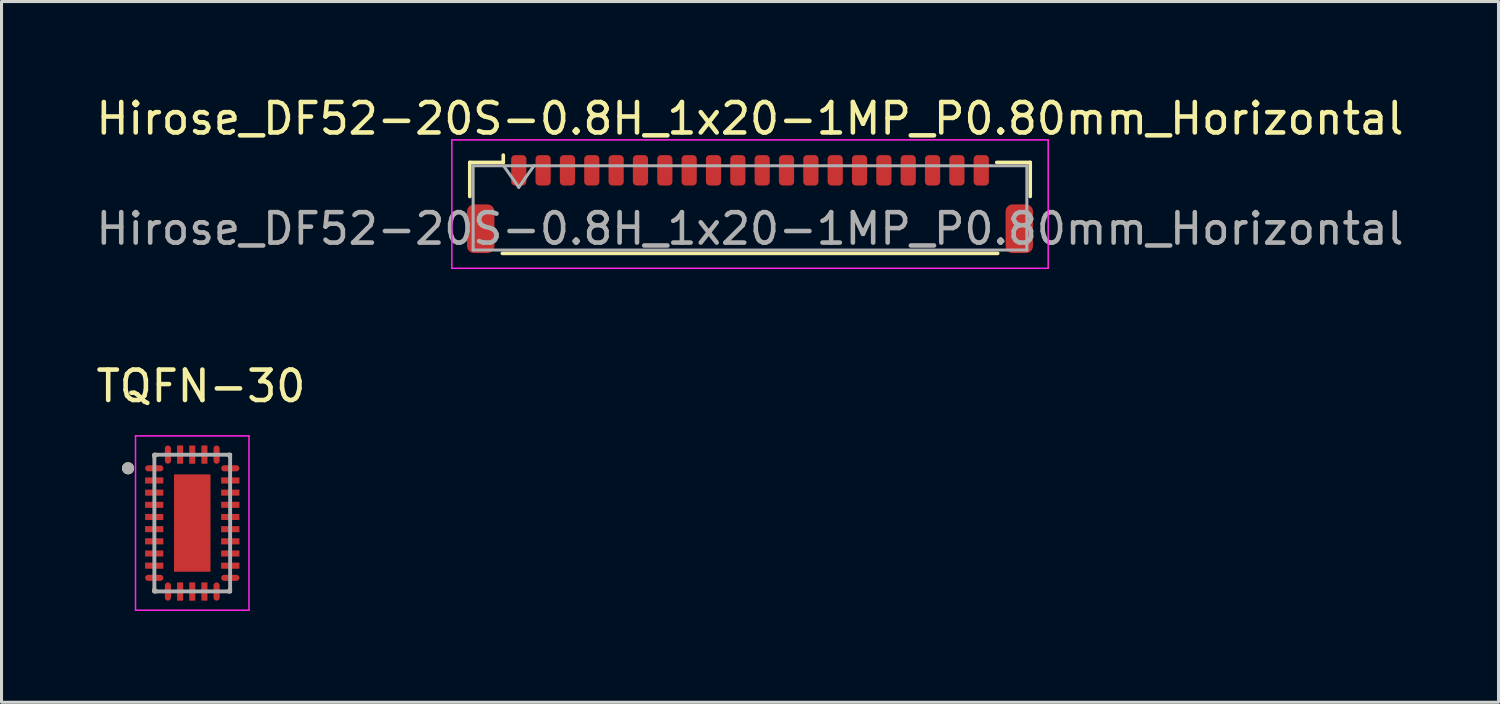
<source format=kicad_pcb>
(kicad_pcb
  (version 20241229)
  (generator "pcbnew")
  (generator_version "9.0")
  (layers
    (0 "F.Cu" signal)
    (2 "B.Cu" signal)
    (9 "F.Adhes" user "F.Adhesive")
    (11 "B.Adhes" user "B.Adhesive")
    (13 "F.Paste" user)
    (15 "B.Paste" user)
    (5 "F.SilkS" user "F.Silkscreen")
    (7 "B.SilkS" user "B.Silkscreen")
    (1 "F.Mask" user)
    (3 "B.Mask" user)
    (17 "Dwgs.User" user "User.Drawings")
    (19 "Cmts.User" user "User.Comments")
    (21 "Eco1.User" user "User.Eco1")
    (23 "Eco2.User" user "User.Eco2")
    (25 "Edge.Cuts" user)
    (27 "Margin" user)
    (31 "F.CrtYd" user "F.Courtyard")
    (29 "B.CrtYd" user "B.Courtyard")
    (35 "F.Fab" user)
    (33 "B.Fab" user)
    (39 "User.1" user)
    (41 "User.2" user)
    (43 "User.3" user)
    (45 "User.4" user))
  (footprint "Hirose_DF52-20S-0.8H_1x20-1MP_P0.80mm_Horizontal"
    (layer "F.Cu")
    (at 21.601 3.658)
    (property "Reference" "Hirose_DF52-20S-0.8H_1x20-1MP_P0.80mm_Horizontal" (at 0 -2.81 0) (layer "F.SilkS") (effects (font (size 1 1) (thickness 0.15))))
    (attr smd)
    (fp_line (start -9.21 -1.37) (end -8.11 -1.37) (stroke (width 0.12) (type solid)) (layer "F.SilkS"))
    (fp_line (start -9.21 -0.25) (end -9.21 -1.37) (stroke (width 0.12) (type solid)) (layer "F.SilkS"))
    (fp_line (start -8.14 1.62) (end 8.14 1.62) (stroke (width 0.12) (type solid)) (layer "F.SilkS"))
    (fp_line (start -8.11 -1.37) (end -8.11 -1.61) (stroke (width 0.12) (type solid)) (layer "F.SilkS"))
    (fp_line (start 9.21 -1.37) (end 8.11 -1.37) (stroke (width 0.12) (type solid)) (layer "F.SilkS"))
    (fp_line (start 9.21 -0.25) (end 9.21 -1.37) (stroke (width 0.12) (type solid)) (layer "F.SilkS"))
    (fp_line (start -9.8 -2.11) (end -9.8 2.11) (stroke (width 0.05) (type solid)) (layer "F.CrtYd"))
    (fp_line (start -9.8 2.11) (end 9.8 2.11) (stroke (width 0.05) (type solid)) (layer "F.CrtYd"))
    (fp_line (start 9.8 -2.11) (end -9.8 -2.11) (stroke (width 0.05) (type solid)) (layer "F.CrtYd"))
    (fp_line (start 9.8 2.11) (end 9.8 -2.11) (stroke (width 0.05) (type solid)) (layer "F.CrtYd"))
    (fp_line (start -9.1 -1.26) (end -9.1 1.51) (stroke (width 0.1) (type solid)) (layer "F.Fab"))
    (fp_line (start -9.1 -1.26) (end 9.1 -1.26) (stroke (width 0.1) (type solid)) (layer "F.Fab"))
    (fp_line (start -9.1 1.51) (end 9.1 1.51) (stroke (width 0.1) (type solid)) (layer "F.Fab"))
    (fp_line (start -8.1 -1.26) (end -7.6 -0.553) (stroke (width 0.1) (type solid)) (layer "F.Fab"))
    (fp_line (start -7.6 -0.553) (end -7.1 -1.26) (stroke (width 0.1) (type solid)) (layer "F.Fab"))
    (fp_line (start 9.1 -1.26) (end 9.1 1.51) (stroke (width 0.1) (type solid)) (layer "F.Fab"))
    (fp_text user "${REFERENCE}" (at 0 0.81 0) (layer "F.Fab") (effects (font (size 1 1) (thickness 0.15))))
    (pad "1" smd roundrect (at -7.6 -1.11) (size 0.5 1) (layers "F.Cu" "F.Mask" "F.Paste") (roundrect_rratio 0.25))
    (pad "2" smd roundrect (at -6.8 -1.11) (size 0.5 1) (layers "F.Cu" "F.Mask" "F.Paste") (roundrect_rratio 0.25))
    (pad "3" smd roundrect (at -6 -1.11) (size 0.5 1) (layers "F.Cu" "F.Mask" "F.Paste") (roundrect_rratio 0.25))
    (pad "4" smd roundrect (at -5.2 -1.11) (size 0.5 1) (layers "F.Cu" "F.Mask" "F.Paste") (roundrect_rratio 0.25))
    (pad "5" smd roundrect (at -4.4 -1.11) (size 0.5 1) (layers "F.Cu" "F.Mask" "F.Paste") (roundrect_rratio 0.25))
    (pad "6" smd roundrect (at -3.6 -1.11) (size 0.5 1) (layers "F.Cu" "F.Mask" "F.Paste") (roundrect_rratio 0.25))
    (pad "7" smd roundrect (at -2.8 -1.11) (size 0.5 1) (layers "F.Cu" "F.Mask" "F.Paste") (roundrect_rratio 0.25))
    (pad "8" smd roundrect (at -2 -1.11) (size 0.5 1) (layers "F.Cu" "F.Mask" "F.Paste") (roundrect_rratio 0.25))
    (pad "9" smd roundrect (at -1.2 -1.11) (size 0.5 1) (layers "F.Cu" "F.Mask" "F.Paste") (roundrect_rratio 0.25))
    (pad "10" smd roundrect (at -0.4 -1.11) (size 0.5 1) (layers "F.Cu" "F.Mask" "F.Paste") (roundrect_rratio 0.25))
    (pad "11" smd roundrect (at 0.4 -1.11) (size 0.5 1) (layers "F.Cu" "F.Mask" "F.Paste") (roundrect_rratio 0.25))
    (pad "12" smd roundrect (at 1.2 -1.11) (size 0.5 1) (layers "F.Cu" "F.Mask" "F.Paste") (roundrect_rratio 0.25))
    (pad "13" smd roundrect (at 2 -1.11) (size 0.5 1) (layers "F.Cu" "F.Mask" "F.Paste") (roundrect_rratio 0.25))
    (pad "14" smd roundrect (at 2.8 -1.11) (size 0.5 1) (layers "F.Cu" "F.Mask" "F.Paste") (roundrect_rratio 0.25))
    (pad "15" smd roundrect (at 3.6 -1.11) (size 0.5 1) (layers "F.Cu" "F.Mask" "F.Paste") (roundrect_rratio 0.25))
    (pad "16" smd roundrect (at 4.4 -1.11) (size 0.5 1) (layers "F.Cu" "F.Mask" "F.Paste") (roundrect_rratio 0.25))
    (pad "17" smd roundrect (at 5.2 -1.11) (size 0.5 1) (layers "F.Cu" "F.Mask" "F.Paste") (roundrect_rratio 0.25))
    (pad "18" smd roundrect (at 6 -1.11) (size 0.5 1) (layers "F.Cu" "F.Mask" "F.Paste") (roundrect_rratio 0.25))
    (pad "19" smd roundrect (at 6.8 -1.11) (size 0.5 1) (layers "F.Cu" "F.Mask" "F.Paste") (roundrect_rratio 0.25))
    (pad "20" smd roundrect (at 7.6 -1.11) (size 0.5 1) (layers "F.Cu" "F.Mask" "F.Paste") (roundrect_rratio 0.25))
    (pad "MP" smd roundrect (at -8.85 0.81) (size 0.9 1.6) (layers "F.Cu" "F.Mask" "F.Paste") (roundrect_rratio 0.25))
    (pad "MP" smd roundrect (at 8.85 0.81) (size 0.9 1.6) (layers "F.Cu" "F.Mask" "F.Paste") (roundrect_rratio 0.25)))
  (footprint "TQFN-30"
    (layer "F.Cu")
    (at 3.269 14.142)
    (property "Reference" "TQFN-30" (at 0.285 -4.5 0) (layer "F.SilkS") (effects (font (size 1 1) (thickness 0.15))))
    (attr through_hole)
    (fp_line (start -1.245 -2.245) (end -1.245 -2.175) (stroke (width 0.127) (type solid)) (layer "F.SilkS"))
    (fp_line (start -1.245 -2.245) (end -1.175 -2.245) (stroke (width 0.127) (type solid)) (layer "F.SilkS"))
    (fp_line (start -1.245 2.245) (end -1.245 2.175) (stroke (width 0.127) (type solid)) (layer "F.SilkS"))
    (fp_line (start -1.245 2.245) (end -1.175 2.245) (stroke (width 0.127) (type solid)) (layer "F.SilkS"))
    (fp_line (start 1.245 -2.245) (end 1.175 -2.245) (stroke (width 0.127) (type solid)) (layer "F.SilkS"))
    (fp_line (start 1.245 -2.245) (end 1.245 -2.175) (stroke (width 0.127) (type solid)) (layer "F.SilkS"))
    (fp_line (start 1.245 2.245) (end 1.175 2.245) (stroke (width 0.127) (type solid)) (layer "F.SilkS"))
    (fp_line (start 1.245 2.245) (end 1.245 2.175) (stroke (width 0.127) (type solid)) (layer "F.SilkS"))
    (fp_circle (center -2.11 -1.8) (end -2.01 -1.8) (stroke (width 0.2) (type solid)) (fill no) (layer "F.SilkS"))
    (fp_poly (pts (xy -0.38 -1.01) (xy 0.38 -1.01) (xy 0.38 1.01) (xy -0.38 1.01)) (stroke (width 0.01) (type solid)) (fill yes) (layer "F.Paste"))
    (fp_line (start -1.865 -2.865) (end 1.865 -2.865) (stroke (width 0.05) (type solid)) (layer "F.CrtYd"))
    (fp_line (start -1.865 2.865) (end -1.865 -2.865) (stroke (width 0.05) (type solid)) (layer "F.CrtYd"))
    (fp_line (start -1.865 2.865) (end 1.865 2.865) (stroke (width 0.05) (type solid)) (layer "F.CrtYd"))
    (fp_line (start 1.865 2.865) (end 1.865 -2.865) (stroke (width 0.05) (type solid)) (layer "F.CrtYd"))
    (fp_line (start -1.245 2.245) (end -1.245 -2.245) (stroke (width 0.127) (type solid)) (layer "F.Fab"))
    (fp_line (start 1.245 -2.245) (end -1.245 -2.245) (stroke (width 0.127) (type solid)) (layer "F.Fab"))
    (fp_line (start 1.245 2.245) (end -1.245 2.245) (stroke (width 0.127) (type solid)) (layer "F.Fab"))
    (fp_line (start 1.245 2.245) (end 1.245 -2.245) (stroke (width 0.127) (type solid)) (layer "F.Fab"))
    (fp_circle (center -2.11 -1.8) (end -2.01 -1.8) (stroke (width 0.2) (type solid)) (fill no) (layer "F.Fab"))
    (pad "1" smd oval (at -1.25 -1.8) (size 0.6 0.2) (layers "F.Cu" "F.Mask" "F.Paste"))
    (pad "2" smd roundrect (at -1.25 -1.4) (size 0.6 0.2) (layers "F.Cu" "F.Mask" "F.Paste") (roundrect_rratio 0.03))
    (pad "3" smd roundrect (at -1.25 -1) (size 0.6 0.2) (layers "F.Cu" "F.Mask" "F.Paste") (roundrect_rratio 0.03))
    (pad "4" smd roundrect (at -1.25 -0.6) (size 0.6 0.2) (layers "F.Cu" "F.Mask" "F.Paste") (roundrect_rratio 0.03))
    (pad "5" smd roundrect (at -1.25 -0.2) (size 0.6 0.2) (layers "F.Cu" "F.Mask" "F.Paste") (roundrect_rratio 0.03))
    (pad "6" smd roundrect (at -1.25 0.2) (size 0.6 0.2) (layers "F.Cu" "F.Mask" "F.Paste") (roundrect_rratio 0.03))
    (pad "7" smd roundrect (at -1.25 0.6) (size 0.6 0.2) (layers "F.Cu" "F.Mask" "F.Paste") (roundrect_rratio 0.03))
    (pad "8" smd roundrect (at -1.25 1) (size 0.6 0.2) (layers "F.Cu" "F.Mask" "F.Paste") (roundrect_rratio 0.03))
    (pad "9" smd roundrect (at -1.25 1.4) (size 0.6 0.2) (layers "F.Cu" "F.Mask" "F.Paste") (roundrect_rratio 0.03))
    (pad "10" smd oval (at -1.25 1.8) (size 0.6 0.2) (layers "F.Cu" "F.Mask" "F.Paste"))
    (pad "11" smd oval (at -0.8 2.25) (size 0.2 0.6) (layers "F.Cu" "F.Mask" "F.Paste"))
    (pad "12" smd roundrect (at -0.4 2.25) (size 0.2 0.6) (layers "F.Cu" "F.Mask" "F.Paste") (roundrect_rratio 0.03))
    (pad "13" smd roundrect (at 0 2.25) (size 0.2 0.6) (layers "F.Cu" "F.Mask" "F.Paste") (roundrect_rratio 0.03))
    (pad "14" smd roundrect (at 0.4 2.25) (size 0.2 0.6) (layers "F.Cu" "F.Mask" "F.Paste") (roundrect_rratio 0.03))
    (pad "15" smd oval (at 0.8 2.25) (size 0.2 0.6) (layers "F.Cu" "F.Mask" "F.Paste"))
    (pad "16" smd oval (at 1.25 1.8) (size 0.6 0.2) (layers "F.Cu" "F.Mask" "F.Paste"))
    (pad "17" smd roundrect (at 1.25 1.4) (size 0.6 0.2) (layers "F.Cu" "F.Mask" "F.Paste") (roundrect_rratio 0.03))
    (pad "18" smd roundrect (at 1.25 1) (size 0.6 0.2) (layers "F.Cu" "F.Mask" "F.Paste") (roundrect_rratio 0.03))
    (pad "19" smd roundrect (at 1.25 0.6) (size 0.6 0.2) (layers "F.Cu" "F.Mask" "F.Paste") (roundrect_rratio 0.03))
    (pad "20" smd roundrect (at 1.25 0.2) (size 0.6 0.2) (layers "F.Cu" "F.Mask" "F.Paste") (roundrect_rratio 0.03))
    (pad "21" smd roundrect (at 1.25 -0.2) (size 0.6 0.2) (layers "F.Cu" "F.Mask" "F.Paste") (roundrect_rratio 0.03))
    (pad "22" smd roundrect (at 1.25 -0.6) (size 0.6 0.2) (layers "F.Cu" "F.Mask" "F.Paste") (roundrect_rratio 0.03))
    (pad "23" smd roundrect (at 1.25 -1) (size 0.6 0.2) (layers "F.Cu" "F.Mask" "F.Paste") (roundrect_rratio 0.03))
    (pad "24" smd roundrect (at 1.25 -1.4) (size 0.6 0.2) (layers "F.Cu" "F.Mask" "F.Paste") (roundrect_rratio 0.03))
    (pad "25" smd oval (at 1.25 -1.8) (size 0.6 0.2) (layers "F.Cu" "F.Mask" "F.Paste"))
    (pad "26" smd oval (at 0.8 -2.25) (size 0.2 0.6) (layers "F.Cu" "F.Mask" "F.Paste"))
    (pad "27" smd roundrect (at 0.4 -2.25) (size 0.2 0.6) (layers "F.Cu" "F.Mask" "F.Paste") (roundrect_rratio 0.03))
    (pad "28" smd roundrect (at 0 -2.25) (size 0.2 0.6) (layers "F.Cu" "F.Mask" "F.Paste") (roundrect_rratio 0.03))
    (pad "29" smd roundrect (at -0.4 -2.25) (size 0.2 0.6) (layers "F.Cu" "F.Mask" "F.Paste") (roundrect_rratio 0.03))
    (pad "30" smd oval (at -0.8 -2.25) (size 0.2 0.6) (layers "F.Cu" "F.Mask" "F.Paste"))
    (pad "31" smd rect (at 0 0) (size 1.2 3.2) (layers "F.Cu" "F.Mask")))
  (gr_rect
    (start -3 -3)
    (end 46.202 20.032)
    (stroke (width 0.1) (type default))
    (fill no)
    (layer "Edge.Cuts")))
</source>
